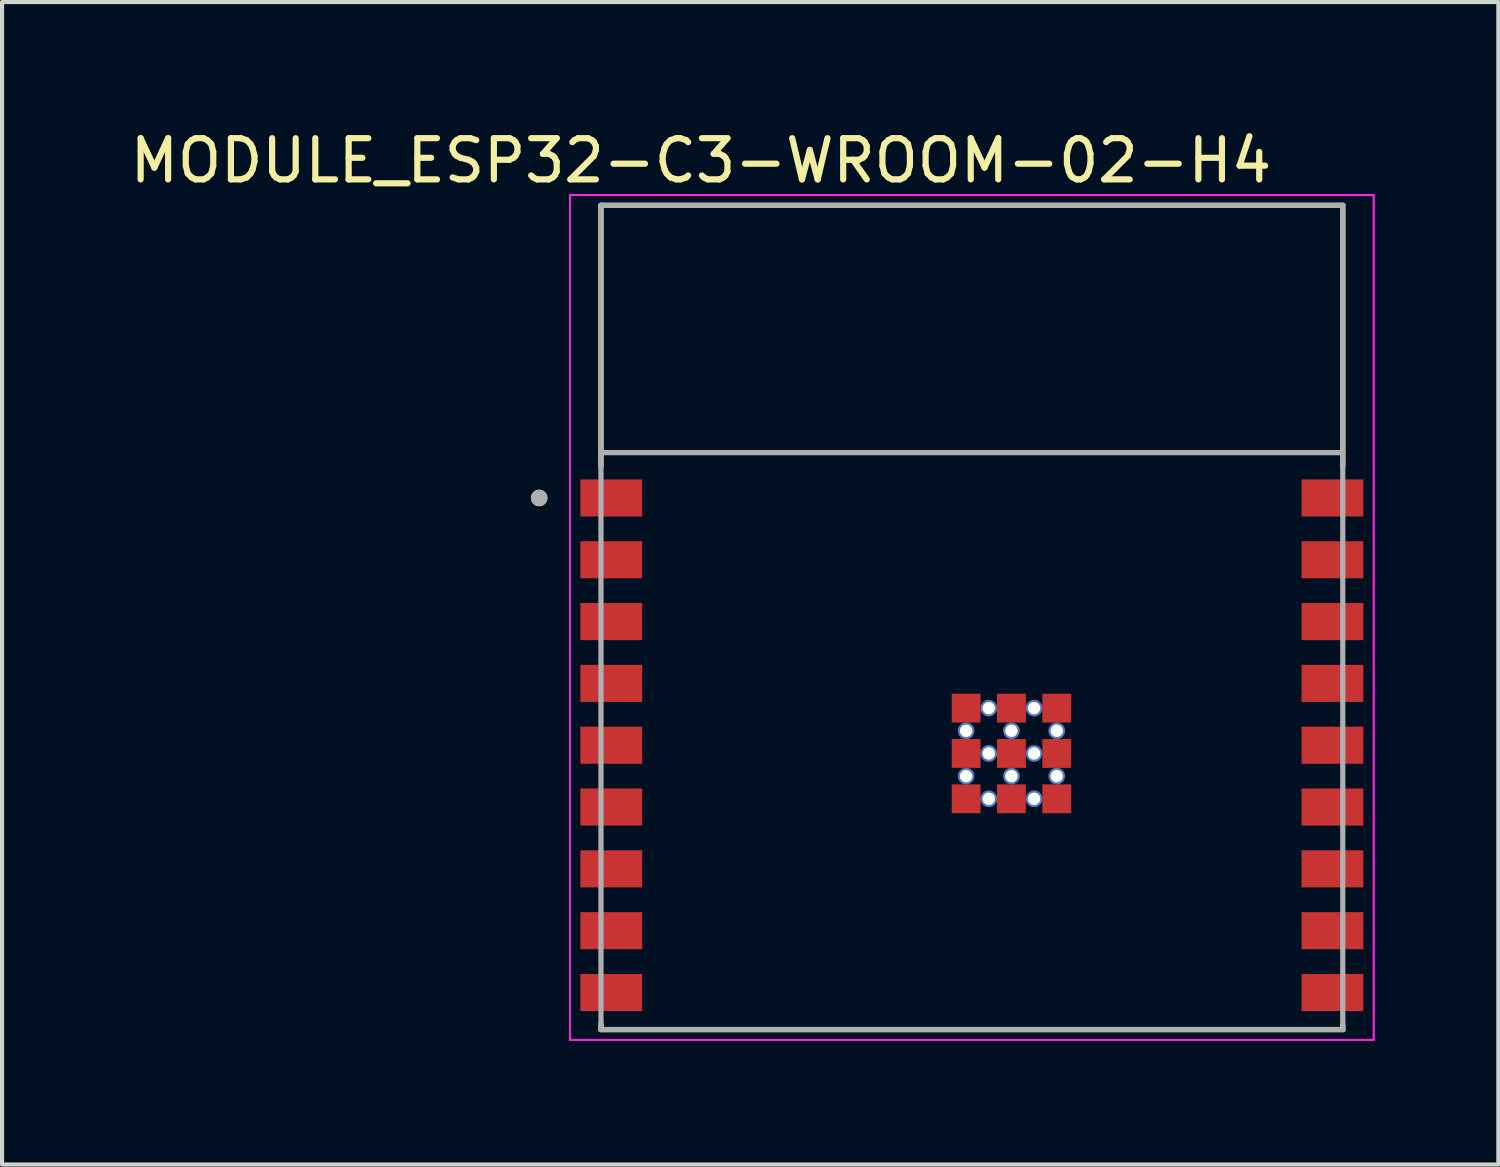
<source format=kicad_pcb>
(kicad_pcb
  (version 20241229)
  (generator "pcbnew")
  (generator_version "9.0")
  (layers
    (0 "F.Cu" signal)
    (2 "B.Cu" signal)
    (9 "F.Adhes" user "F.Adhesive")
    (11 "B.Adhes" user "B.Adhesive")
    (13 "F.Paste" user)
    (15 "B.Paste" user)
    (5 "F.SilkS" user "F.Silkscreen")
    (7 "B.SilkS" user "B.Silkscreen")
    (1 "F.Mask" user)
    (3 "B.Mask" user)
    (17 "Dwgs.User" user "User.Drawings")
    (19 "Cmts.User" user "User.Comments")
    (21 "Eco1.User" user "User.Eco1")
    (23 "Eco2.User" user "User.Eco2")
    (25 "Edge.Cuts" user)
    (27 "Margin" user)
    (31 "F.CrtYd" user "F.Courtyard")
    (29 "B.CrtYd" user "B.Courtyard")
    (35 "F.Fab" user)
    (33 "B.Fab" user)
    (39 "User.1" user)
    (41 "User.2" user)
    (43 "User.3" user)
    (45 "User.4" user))
  (footprint "MODULE_ESP32-C3-WROOM-02-H4"
    (layer "F.Cu")
    (at 20.533 11.933)
    (property "Reference" "MODULE_ESP32-C3-WROOM-02-H4" (at -6.575 -11.085 0) (layer "F.SilkS") (effects (font (size 1 1) (thickness 0.15))))
    (attr through_hole)
    (fp_line (start -9 -10) (end -9 -3.67) (stroke (width 0.127) (type solid)) (layer "F.SilkS"))
    (fp_line (start -9 10) (end -9 9.87) (stroke (width 0.127) (type solid)) (layer "F.SilkS"))
    (fp_line (start -9 10) (end 9 10) (stroke (width 0.127) (type solid)) (layer "F.SilkS"))
    (fp_line (start 9 -10) (end -9 -10) (stroke (width 0.127) (type solid)) (layer "F.SilkS"))
    (fp_line (start 9 -3.67) (end 9 -10) (stroke (width 0.127) (type solid)) (layer "F.SilkS"))
    (fp_line (start 9 10) (end 9 9.87) (stroke (width 0.127) (type solid)) (layer "F.SilkS"))
    (fp_circle (center -10.5 -2.9) (end -10.4 -2.9) (stroke (width 0.2) (type solid)) (fill no) (layer "F.SilkS"))
    (fp_line (start -9.75 -10.25) (end -9.75 10.25) (stroke (width 0.05) (type solid)) (layer "F.CrtYd"))
    (fp_line (start -9.75 10.25) (end 9.75 10.25) (stroke (width 0.05) (type solid)) (layer "F.CrtYd"))
    (fp_line (start 9.75 -10.25) (end -9.75 -10.25) (stroke (width 0.05) (type solid)) (layer "F.CrtYd"))
    (fp_line (start 9.75 10.25) (end 9.75 -10.25) (stroke (width 0.05) (type solid)) (layer "F.CrtYd"))
    (fp_line (start -9 -10) (end -9 -4) (stroke (width 0.127) (type solid)) (layer "F.Fab"))
    (fp_line (start -9 -4) (end -9 10) (stroke (width 0.127) (type solid)) (layer "F.Fab"))
    (fp_line (start -9 10) (end 9 10) (stroke (width 0.127) (type solid)) (layer "F.Fab"))
    (fp_line (start 9 -10) (end -9 -10) (stroke (width 0.127) (type solid)) (layer "F.Fab"))
    (fp_line (start 9 -4) (end -9 -4) (stroke (width 0.127) (type solid)) (layer "F.Fab"))
    (fp_line (start 9 -4) (end 9 -10) (stroke (width 0.127) (type solid)) (layer "F.Fab"))
    (fp_line (start 9 10) (end 9 -4) (stroke (width 0.127) (type solid)) (layer "F.Fab"))
    (fp_circle (center -10.5 -2.9) (end -10.4 -2.9) (stroke (width 0.2) (type solid)) (fill no) (layer "F.Fab"))
    (pad "1" smd rect (at -8.75 -2.9) (size 1.5 0.9) (layers "F.Cu" "F.Mask" "F.Paste"))
    (pad "2" smd rect (at -8.75 -1.4) (size 1.5 0.9) (layers "F.Cu" "F.Mask" "F.Paste"))
    (pad "3" smd rect (at -8.75 0.1) (size 1.5 0.9) (layers "F.Cu" "F.Mask" "F.Paste"))
    (pad "4" smd rect (at -8.75 1.6) (size 1.5 0.9) (layers "F.Cu" "F.Mask" "F.Paste"))
    (pad "5" smd rect (at -8.75 3.1) (size 1.5 0.9) (layers "F.Cu" "F.Mask" "F.Paste"))
    (pad "6" smd rect (at -8.75 4.6) (size 1.5 0.9) (layers "F.Cu" "F.Mask" "F.Paste"))
    (pad "7" smd rect (at -8.75 6.1) (size 1.5 0.9) (layers "F.Cu" "F.Mask" "F.Paste"))
    (pad "8" smd rect (at -8.75 7.6) (size 1.5 0.9) (layers "F.Cu" "F.Mask" "F.Paste"))
    (pad "9" smd rect (at -8.75 9.1) (size 1.5 0.9) (layers "F.Cu" "F.Mask" "F.Paste"))
    (pad "10" smd rect (at 8.75 9.1) (size 1.5 0.9) (layers "F.Cu" "F.Mask" "F.Paste"))
    (pad "11" smd rect (at 8.75 7.6) (size 1.5 0.9) (layers "F.Cu" "F.Mask" "F.Paste"))
    (pad "12" smd rect (at 8.75 6.1) (size 1.5 0.9) (layers "F.Cu" "F.Mask" "F.Paste"))
    (pad "13" smd rect (at 8.75 4.6) (size 1.5 0.9) (layers "F.Cu" "F.Mask" "F.Paste"))
    (pad "14" smd rect (at 8.75 3.1) (size 1.5 0.9) (layers "F.Cu" "F.Mask" "F.Paste"))
    (pad "15" smd rect (at 8.75 1.6) (size 1.5 0.9) (layers "F.Cu" "F.Mask" "F.Paste"))
    (pad "16" smd rect (at 8.75 0.1) (size 1.5 0.9) (layers "F.Cu" "F.Mask" "F.Paste"))
    (pad "17" smd rect (at 8.75 -1.4) (size 1.5 0.9) (layers "F.Cu" "F.Mask" "F.Paste"))
    (pad "18" smd rect (at 8.75 -2.9) (size 1.5 0.9) (layers "F.Cu" "F.Mask" "F.Paste"))
    (pad "19" smd rect (at -0.14 2.2) (size 0.7 0.7) (layers "F.Cu" "F.Mask" "F.Paste"))
    (pad "20" smd rect (at 0.96 2.2) (size 0.7 0.7) (layers "F.Cu" "F.Mask" "F.Paste"))
    (pad "21" smd rect (at 2.06 2.2) (size 0.7 0.7) (layers "F.Cu" "F.Mask" "F.Paste"))
    (pad "22" smd rect (at -0.14 3.3) (size 0.7 0.7) (layers "F.Cu" "F.Mask" "F.Paste"))
    (pad "23" smd rect (at 0.96 3.3) (size 0.7 0.7) (layers "F.Cu" "F.Mask" "F.Paste"))
    (pad "24" smd rect (at 2.06 3.3) (size 0.7 0.7) (layers "F.Cu" "F.Mask" "F.Paste"))
    (pad "25" smd rect (at -0.14 4.4) (size 0.7 0.7) (layers "F.Cu" "F.Mask" "F.Paste"))
    (pad "26" smd rect (at 0.96 4.4) (size 0.7 0.7) (layers "F.Cu" "F.Mask" "F.Paste"))
    (pad "27" smd rect (at 2.06 4.4) (size 0.7 0.7) (layers "F.Cu" "F.Mask" "F.Paste"))
    (pad "28" thru_hole circle (at 0.41 2.2) (size 0.4 0.4) (drill 0.3) (layers "*.Cu"))
    (pad "29" thru_hole circle (at 1.51 2.2) (size 0.4 0.4) (drill 0.3) (layers "*.Cu"))
    (pad "30" thru_hole circle (at -0.14 2.75) (size 0.4 0.4) (drill 0.3) (layers "*.Cu"))
    (pad "31" thru_hole circle (at 0.96 2.75) (size 0.4 0.4) (drill 0.3) (layers "*.Cu"))
    (pad "32" thru_hole circle (at 2.06 2.75) (size 0.4 0.4) (drill 0.3) (layers "*.Cu"))
    (pad "33" thru_hole circle (at 0.41 3.3) (size 0.4 0.4) (drill 0.3) (layers "*.Cu"))
    (pad "34" thru_hole circle (at 1.51 3.3) (size 0.4 0.4) (drill 0.3) (layers "*.Cu"))
    (pad "35" thru_hole circle (at -0.14 3.85) (size 0.4 0.4) (drill 0.3) (layers "*.Cu"))
    (pad "36" thru_hole circle (at 0.96 3.85) (size 0.4 0.4) (drill 0.3) (layers "*.Cu"))
    (pad "37" thru_hole circle (at 2.06 3.85) (size 0.4 0.4) (drill 0.3) (layers "*.Cu"))
    (pad "38" thru_hole circle (at 0.41 4.4) (size 0.4 0.4) (drill 0.3) (layers "*.Cu"))
    (pad "39" thru_hole circle (at 1.51 4.4) (size 0.4 0.4) (drill 0.3) (layers "*.Cu"))
    (zone (net_name "") (layer "F.Cu") (hatch full 0.508) (connect_pads) (min_thickness 0.01) (filled_areas_thickness no) (keepout (tracks not_allowed) (vias not_allowed) (pads not_allowed) (copperpour not_allowed) (footprints allowed)) (placement (enabled no)) (fill) (polygon (pts (xy 11.533 1.933) (xy 29.533 1.933) (xy 29.533 7.933) (xy 11.533 7.933))))
    (zone (net_name "") (layers "F.Cu" "B.Cu") (hatch full 0.508) (connect_pads) (min_thickness 0.01) (filled_areas_thickness no) (keepout (tracks allowed) (vias not_allowed) (pads allowed) (copperpour allowed) (footprints allowed)) (placement (enabled no)) (fill) (polygon (pts (xy 11.533 1.933) (xy 29.533 1.933) (xy 29.533 7.933) (xy 11.533 7.933))))
    (zone (net_name "") (layer "B.Cu") (hatch full 0.508) (connect_pads) (min_thickness 0.01) (filled_areas_thickness no) (keepout (tracks not_allowed) (vias not_allowed) (pads not_allowed) (copperpour not_allowed) (footprints allowed)) (placement (enabled no)) (fill) (polygon (pts (xy 11.533 1.933) (xy 29.533 1.933) (xy 29.533 7.933) (xy 11.533 7.933)))))
  (gr_rect
    (start -3 -3)
    (end 33.308 25.208)
    (stroke (width 0.1) (type default))
    (fill no)
    (layer "Edge.Cuts")))
</source>
